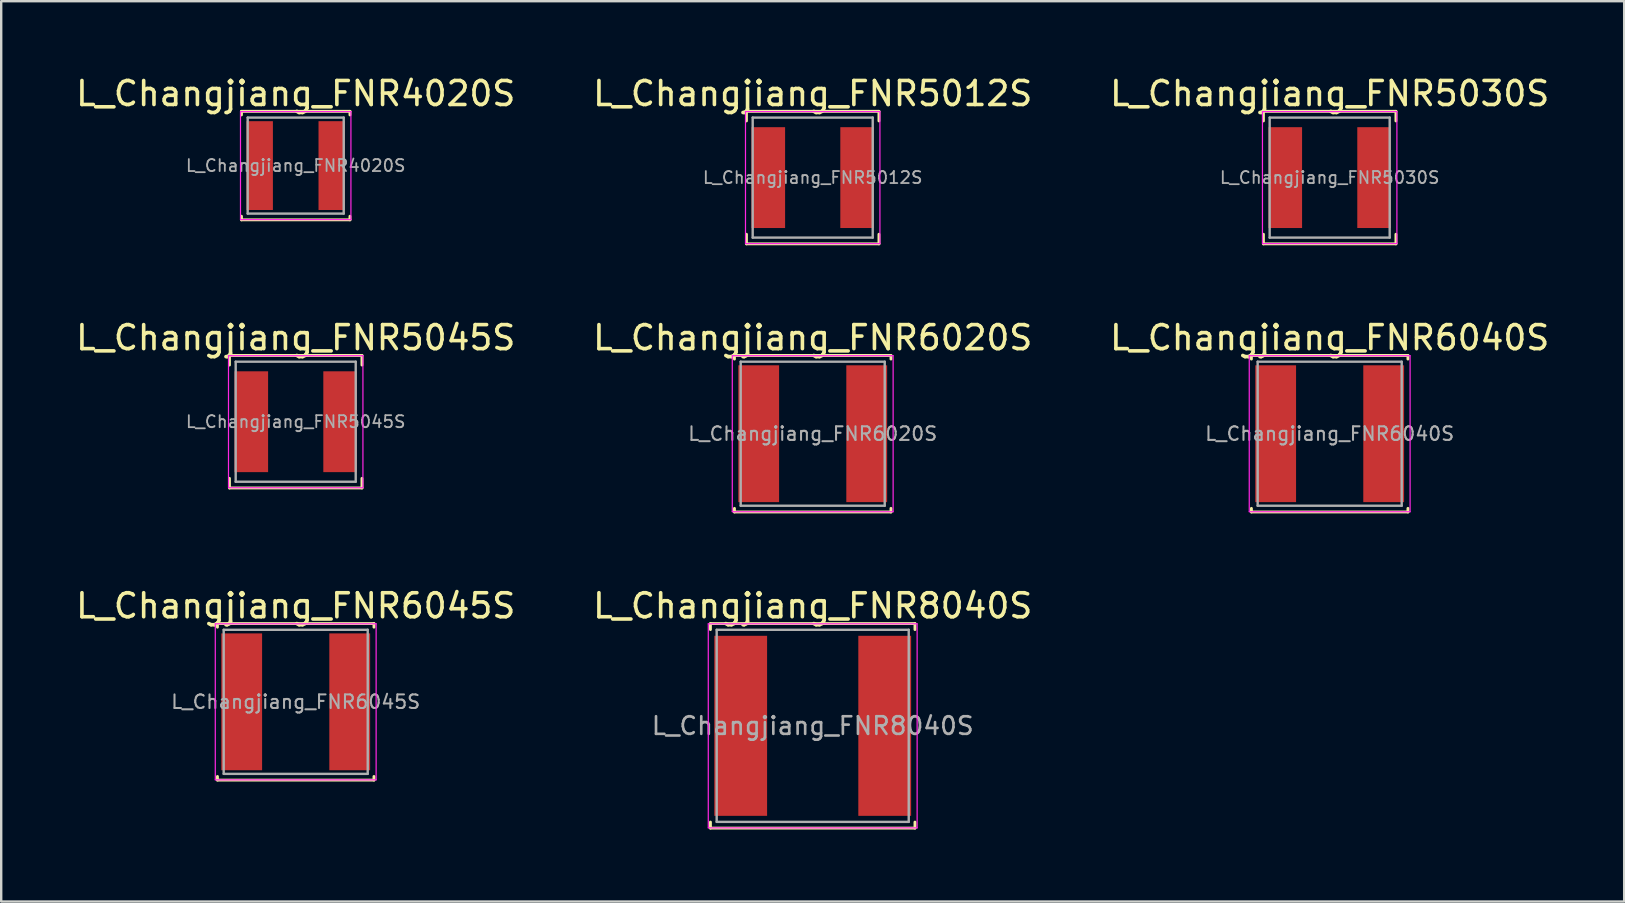
<source format=kicad_pcb>
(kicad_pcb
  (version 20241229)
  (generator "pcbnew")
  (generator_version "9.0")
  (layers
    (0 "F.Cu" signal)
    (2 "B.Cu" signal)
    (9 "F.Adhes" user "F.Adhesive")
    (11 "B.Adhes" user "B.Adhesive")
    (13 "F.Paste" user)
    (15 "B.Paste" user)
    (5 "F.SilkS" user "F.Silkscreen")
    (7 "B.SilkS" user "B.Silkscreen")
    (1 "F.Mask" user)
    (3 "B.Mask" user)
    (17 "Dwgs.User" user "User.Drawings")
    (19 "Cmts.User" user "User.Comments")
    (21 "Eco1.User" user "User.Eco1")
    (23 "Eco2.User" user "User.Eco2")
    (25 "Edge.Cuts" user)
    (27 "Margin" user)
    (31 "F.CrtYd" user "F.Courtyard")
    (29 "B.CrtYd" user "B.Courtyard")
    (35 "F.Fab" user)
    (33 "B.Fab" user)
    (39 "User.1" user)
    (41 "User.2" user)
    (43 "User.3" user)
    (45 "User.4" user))
  (footprint "L_Changjiang_FNR4020S"
    (layer "F.Cu")
    (at 9.268 3.848)
    (property "Reference" "L_Changjiang_FNR4020S" (at 0 -3 0) (layer "F.SilkS") (effects (font (size 1 1) (thickness 0.15))))
    (attr smd)
    (fp_line (start -2.26 -2.26) (end -2.26 -2.11) (stroke (width 0.12) (type solid)) (layer "F.SilkS"))
    (fp_line (start -2.26 -2.26) (end 2.26 -2.26) (stroke (width 0.12) (type solid)) (layer "F.SilkS"))
    (fp_line (start -2.26 2.26) (end -2.26 2.11) (stroke (width 0.12) (type solid)) (layer "F.SilkS"))
    (fp_line (start -2.26 2.26) (end 2.26 2.26) (stroke (width 0.12) (type solid)) (layer "F.SilkS"))
    (fp_line (start 2.26 -2.26) (end 2.26 -2.11) (stroke (width 0.12) (type solid)) (layer "F.SilkS"))
    (fp_line (start 2.26 2.26) (end 2.26 2.11) (stroke (width 0.12) (type solid)) (layer "F.SilkS"))
    (fp_line (start -2.3 -2.25) (end -2.3 2.25) (stroke (width 0.05) (type solid)) (layer "F.CrtYd"))
    (fp_line (start -2.3 2.25) (end 2.3 2.25) (stroke (width 0.05) (type solid)) (layer "F.CrtYd"))
    (fp_line (start 2.3 -2.25) (end -2.3 -2.25) (stroke (width 0.05) (type solid)) (layer "F.CrtYd"))
    (fp_line (start 2.3 2.25) (end 2.3 -2.25) (stroke (width 0.05) (type solid)) (layer "F.CrtYd"))
    (fp_line (start -2 -2) (end -2 2) (stroke (width 0.1) (type solid)) (layer "F.Fab"))
    (fp_line (start -2 2) (end 2 2) (stroke (width 0.1) (type solid)) (layer "F.Fab"))
    (fp_line (start 2 -2) (end -2 -2) (stroke (width 0.1) (type solid)) (layer "F.Fab"))
    (fp_line (start 2 2) (end 2 -2) (stroke (width 0.1) (type solid)) (layer "F.Fab"))
    (fp_text user "${REFERENCE}" (at 0 0 0) (layer "F.Fab") (effects (font (size 0.5 0.5) (thickness 0.075))))
    (pad "1" smd rect (at -1.5 0) (size 1.1 3.7) (layers "F.Cu" "F.Mask" "F.Paste"))
    (pad "2" smd rect (at 1.5 0) (size 1.1 3.7) (layers "F.Cu" "F.Mask" "F.Paste")))
  (footprint "L_Changjiang_FNR5030S"
    (layer "F.Cu")
    (at 52.339 4.348)
    (property "Reference" "L_Changjiang_FNR5030S" (at 0 -3.5 0) (layer "F.SilkS") (effects (font (size 1 1) (thickness 0.15))))
    (attr smd)
    (fp_line (start -2.76 -2.76) (end -2.76 -2.36) (stroke (width 0.12) (type solid)) (layer "F.SilkS"))
    (fp_line (start -2.76 -2.76) (end 2.76 -2.76) (stroke (width 0.12) (type solid)) (layer "F.SilkS"))
    (fp_line (start -2.76 2.76) (end -2.76 2.36) (stroke (width 0.12) (type solid)) (layer "F.SilkS"))
    (fp_line (start -2.76 2.76) (end 2.76 2.76) (stroke (width 0.12) (type solid)) (layer "F.SilkS"))
    (fp_line (start 2.76 -2.76) (end 2.76 -2.36) (stroke (width 0.12) (type solid)) (layer "F.SilkS"))
    (fp_line (start 2.76 2.76) (end 2.76 2.36) (stroke (width 0.12) (type solid)) (layer "F.SilkS"))
    (fp_line (start -2.8 -2.75) (end -2.8 2.75) (stroke (width 0.05) (type solid)) (layer "F.CrtYd"))
    (fp_line (start -2.8 2.75) (end 2.8 2.75) (stroke (width 0.05) (type solid)) (layer "F.CrtYd"))
    (fp_line (start 2.8 -2.75) (end -2.8 -2.75) (stroke (width 0.05) (type solid)) (layer "F.CrtYd"))
    (fp_line (start 2.8 2.75) (end 2.8 -2.75) (stroke (width 0.05) (type solid)) (layer "F.CrtYd"))
    (fp_line (start -2.5 -2.5) (end -2.5 2.5) (stroke (width 0.1) (type solid)) (layer "F.Fab"))
    (fp_line (start -2.5 2.5) (end 2.5 2.5) (stroke (width 0.1) (type solid)) (layer "F.Fab"))
    (fp_line (start 2.5 -2.5) (end -2.5 -2.5) (stroke (width 0.1) (type solid)) (layer "F.Fab"))
    (fp_line (start 2.5 2.5) (end 2.5 -2.5) (stroke (width 0.1) (type solid)) (layer "F.Fab"))
    (fp_text user "${REFERENCE}" (at 0 0 0) (layer "F.Fab") (effects (font (size 0.5 0.5) (thickness 0.075))))
    (pad "1" smd rect (at -1.85 0) (size 1.4 4.2) (layers "F.Cu" "F.Mask" "F.Paste"))
    (pad "2" smd rect (at 1.85 0) (size 1.4 4.2) (layers "F.Cu" "F.Mask" "F.Paste")))
  (footprint "L_Changjiang_FNR6045S"
    (layer "F.Cu")
    (at 9.268 26.185)
    (property "Reference" "L_Changjiang_FNR6045S" (at 0 -4 0) (layer "F.SilkS") (effects (font (size 1 1) (thickness 0.15))))
    (attr smd)
    (fp_line (start -3.26 -3.26) (end -3.26 -3.11) (stroke (width 0.12) (type solid)) (layer "F.SilkS"))
    (fp_line (start -3.26 -3.26) (end 3.26 -3.26) (stroke (width 0.12) (type solid)) (layer "F.SilkS"))
    (fp_line (start -3.26 3.26) (end -3.26 3.11) (stroke (width 0.12) (type solid)) (layer "F.SilkS"))
    (fp_line (start -3.26 3.26) (end 3.26 3.26) (stroke (width 0.12) (type solid)) (layer "F.SilkS"))
    (fp_line (start 3.26 -3.26) (end 3.26 -3.11) (stroke (width 0.12) (type solid)) (layer "F.SilkS"))
    (fp_line (start 3.26 3.26) (end 3.26 3.11) (stroke (width 0.12) (type solid)) (layer "F.SilkS"))
    (fp_line (start -3.35 -3.25) (end -3.35 3.25) (stroke (width 0.05) (type solid)) (layer "F.CrtYd"))
    (fp_line (start -3.35 3.25) (end 3.35 3.25) (stroke (width 0.05) (type solid)) (layer "F.CrtYd"))
    (fp_line (start 3.35 -3.25) (end -3.35 -3.25) (stroke (width 0.05) (type solid)) (layer "F.CrtYd"))
    (fp_line (start 3.35 3.25) (end 3.35 -3.25) (stroke (width 0.05) (type solid)) (layer "F.CrtYd"))
    (fp_line (start -3 -3) (end -3 3) (stroke (width 0.1) (type solid)) (layer "F.Fab"))
    (fp_line (start -3 3) (end 3 3) (stroke (width 0.1) (type solid)) (layer "F.Fab"))
    (fp_line (start 3 -3) (end -3 -3) (stroke (width 0.1) (type solid)) (layer "F.Fab"))
    (fp_line (start 3 3) (end 3 -3) (stroke (width 0.1) (type solid)) (layer "F.Fab"))
    (fp_text user "${REFERENCE}" (at 0 0 0) (layer "F.Fab") (effects (font (size 0.567 0.567) (thickness 0.085))))
    (pad "1" smd rect (at -2.25 0) (size 1.7 5.7) (layers "F.Cu" "F.Mask" "F.Paste"))
    (pad "2" smd rect (at 2.25 0) (size 1.7 5.7) (layers "F.Cu" "F.Mask" "F.Paste")))
  (footprint "L_Changjiang_FNR5045S"
    (layer "F.Cu")
    (at 9.268 14.517)
    (property "Reference" "L_Changjiang_FNR5045S" (at 0 -3.5 0) (layer "F.SilkS") (effects (font (size 1 1) (thickness 0.15))))
    (attr smd)
    (fp_line (start -2.76 -2.76) (end -2.76 -2.36) (stroke (width 0.12) (type solid)) (layer "F.SilkS"))
    (fp_line (start -2.76 -2.76) (end 2.76 -2.76) (stroke (width 0.12) (type solid)) (layer "F.SilkS"))
    (fp_line (start -2.76 2.76) (end -2.76 2.36) (stroke (width 0.12) (type solid)) (layer "F.SilkS"))
    (fp_line (start -2.76 2.76) (end 2.76 2.76) (stroke (width 0.12) (type solid)) (layer "F.SilkS"))
    (fp_line (start 2.76 -2.76) (end 2.76 -2.36) (stroke (width 0.12) (type solid)) (layer "F.SilkS"))
    (fp_line (start 2.76 2.76) (end 2.76 2.36) (stroke (width 0.12) (type solid)) (layer "F.SilkS"))
    (fp_line (start -2.8 -2.75) (end -2.8 2.75) (stroke (width 0.05) (type solid)) (layer "F.CrtYd"))
    (fp_line (start -2.8 2.75) (end 2.8 2.75) (stroke (width 0.05) (type solid)) (layer "F.CrtYd"))
    (fp_line (start 2.8 -2.75) (end -2.8 -2.75) (stroke (width 0.05) (type solid)) (layer "F.CrtYd"))
    (fp_line (start 2.8 2.75) (end 2.8 -2.75) (stroke (width 0.05) (type solid)) (layer "F.CrtYd"))
    (fp_line (start -2.5 -2.5) (end -2.5 2.5) (stroke (width 0.1) (type solid)) (layer "F.Fab"))
    (fp_line (start -2.5 2.5) (end 2.5 2.5) (stroke (width 0.1) (type solid)) (layer "F.Fab"))
    (fp_line (start 2.5 -2.5) (end -2.5 -2.5) (stroke (width 0.1) (type solid)) (layer "F.Fab"))
    (fp_line (start 2.5 2.5) (end 2.5 -2.5) (stroke (width 0.1) (type solid)) (layer "F.Fab"))
    (fp_text user "${REFERENCE}" (at 0 0 0) (layer "F.Fab") (effects (font (size 0.5 0.5) (thickness 0.075))))
    (pad "1" smd rect (at -1.85 0) (size 1.4 4.2) (layers "F.Cu" "F.Mask" "F.Paste"))
    (pad "2" smd rect (at 1.85 0) (size 1.4 4.2) (layers "F.Cu" "F.Mask" "F.Paste")))
  (footprint "L_Changjiang_FNR6020S"
    (layer "F.Cu")
    (at 30.804 15.017)
    (property "Reference" "L_Changjiang_FNR6020S" (at 0 -4 0) (layer "F.SilkS") (effects (font (size 1 1) (thickness 0.15))))
    (attr smd)
    (fp_line (start -3.26 -3.26) (end -3.26 -3.11) (stroke (width 0.12) (type solid)) (layer "F.SilkS"))
    (fp_line (start -3.26 -3.26) (end 3.26 -3.26) (stroke (width 0.12) (type solid)) (layer "F.SilkS"))
    (fp_line (start -3.26 3.26) (end -3.26 3.11) (stroke (width 0.12) (type solid)) (layer "F.SilkS"))
    (fp_line (start -3.26 3.26) (end 3.26 3.26) (stroke (width 0.12) (type solid)) (layer "F.SilkS"))
    (fp_line (start 3.26 -3.26) (end 3.26 -3.11) (stroke (width 0.12) (type solid)) (layer "F.SilkS"))
    (fp_line (start 3.26 3.26) (end 3.26 3.11) (stroke (width 0.12) (type solid)) (layer "F.SilkS"))
    (fp_line (start -3.35 -3.25) (end -3.35 3.25) (stroke (width 0.05) (type solid)) (layer "F.CrtYd"))
    (fp_line (start -3.35 3.25) (end 3.35 3.25) (stroke (width 0.05) (type solid)) (layer "F.CrtYd"))
    (fp_line (start 3.35 -3.25) (end -3.35 -3.25) (stroke (width 0.05) (type solid)) (layer "F.CrtYd"))
    (fp_line (start 3.35 3.25) (end 3.35 -3.25) (stroke (width 0.05) (type solid)) (layer "F.CrtYd"))
    (fp_line (start -3 -3) (end -3 3) (stroke (width 0.1) (type solid)) (layer "F.Fab"))
    (fp_line (start -3 3) (end 3 3) (stroke (width 0.1) (type solid)) (layer "F.Fab"))
    (fp_line (start 3 -3) (end -3 -3) (stroke (width 0.1) (type solid)) (layer "F.Fab"))
    (fp_line (start 3 3) (end 3 -3) (stroke (width 0.1) (type solid)) (layer "F.Fab"))
    (fp_text user "${REFERENCE}" (at 0 0 0) (layer "F.Fab") (effects (font (size 0.567 0.567) (thickness 0.085))))
    (pad "1" smd rect (at -2.25 0) (size 1.7 5.7) (layers "F.Cu" "F.Mask" "F.Paste"))
    (pad "2" smd rect (at 2.25 0) (size 1.7 5.7) (layers "F.Cu" "F.Mask" "F.Paste")))
  (footprint "L_Changjiang_FNR8040S"
    (layer "F.Cu")
    (at 30.804 27.185)
    (property "Reference" "L_Changjiang_FNR8040S" (at 0 -5 0) (layer "F.SilkS") (effects (font (size 1 1) (thickness 0.15))))
    (attr smd)
    (fp_line (start -4.26 -4.26) (end -4.26 -4.01) (stroke (width 0.12) (type solid)) (layer "F.SilkS"))
    (fp_line (start -4.26 -4.26) (end 4.26 -4.26) (stroke (width 0.12) (type solid)) (layer "F.SilkS"))
    (fp_line (start -4.26 4.26) (end -4.26 4.01) (stroke (width 0.12) (type solid)) (layer "F.SilkS"))
    (fp_line (start -4.26 4.26) (end 4.26 4.26) (stroke (width 0.12) (type solid)) (layer "F.SilkS"))
    (fp_line (start 4.26 -4.26) (end 4.26 -4.01) (stroke (width 0.12) (type solid)) (layer "F.SilkS"))
    (fp_line (start 4.26 4.26) (end 4.26 4.01) (stroke (width 0.12) (type solid)) (layer "F.SilkS"))
    (fp_line (start -4.35 -4.25) (end -4.35 4.25) (stroke (width 0.05) (type solid)) (layer "F.CrtYd"))
    (fp_line (start -4.35 4.25) (end 4.35 4.25) (stroke (width 0.05) (type solid)) (layer "F.CrtYd"))
    (fp_line (start 4.35 -4.25) (end -4.35 -4.25) (stroke (width 0.05) (type solid)) (layer "F.CrtYd"))
    (fp_line (start 4.35 4.25) (end 4.35 -4.25) (stroke (width 0.05) (type solid)) (layer "F.CrtYd"))
    (fp_line (start -4 -4) (end -4 4) (stroke (width 0.1) (type solid)) (layer "F.Fab"))
    (fp_line (start -4 4) (end 4 4) (stroke (width 0.1) (type solid)) (layer "F.Fab"))
    (fp_line (start 4 -4) (end -4 -4) (stroke (width 0.1) (type solid)) (layer "F.Fab"))
    (fp_line (start 4 4) (end 4 -4) (stroke (width 0.1) (type solid)) (layer "F.Fab"))
    (fp_text user "${REFERENCE}" (at 0 0 0) (layer "F.Fab") (effects (font (size 0.733 0.733) (thickness 0.11))))
    (pad "1" smd rect (at -3 0) (size 2.2 7.5) (layers "F.Cu" "F.Mask" "F.Paste"))
    (pad "2" smd rect (at 3 0) (size 2.2 7.5) (layers "F.Cu" "F.Mask" "F.Paste")))
  (footprint "L_Changjiang_FNR5012S"
    (layer "F.Cu")
    (at 30.804 4.348)
    (property "Reference" "L_Changjiang_FNR5012S" (at 0 -3.5 0) (layer "F.SilkS") (effects (font (size 1 1) (thickness 0.15))))
    (attr smd)
    (fp_line (start -2.76 -2.76) (end -2.76 -2.36) (stroke (width 0.12) (type solid)) (layer "F.SilkS"))
    (fp_line (start -2.76 -2.76) (end 2.76 -2.76) (stroke (width 0.12) (type solid)) (layer "F.SilkS"))
    (fp_line (start -2.76 2.76) (end -2.76 2.36) (stroke (width 0.12) (type solid)) (layer "F.SilkS"))
    (fp_line (start -2.76 2.76) (end 2.76 2.76) (stroke (width 0.12) (type solid)) (layer "F.SilkS"))
    (fp_line (start 2.76 -2.76) (end 2.76 -2.36) (stroke (width 0.12) (type solid)) (layer "F.SilkS"))
    (fp_line (start 2.76 2.76) (end 2.76 2.36) (stroke (width 0.12) (type solid)) (layer "F.SilkS"))
    (fp_line (start -2.8 -2.75) (end -2.8 2.75) (stroke (width 0.05) (type solid)) (layer "F.CrtYd"))
    (fp_line (start -2.8 2.75) (end 2.8 2.75) (stroke (width 0.05) (type solid)) (layer "F.CrtYd"))
    (fp_line (start 2.8 -2.75) (end -2.8 -2.75) (stroke (width 0.05) (type solid)) (layer "F.CrtYd"))
    (fp_line (start 2.8 2.75) (end 2.8 -2.75) (stroke (width 0.05) (type solid)) (layer "F.CrtYd"))
    (fp_line (start -2.5 -2.5) (end -2.5 2.5) (stroke (width 0.1) (type solid)) (layer "F.Fab"))
    (fp_line (start -2.5 2.5) (end 2.5 2.5) (stroke (width 0.1) (type solid)) (layer "F.Fab"))
    (fp_line (start 2.5 -2.5) (end -2.5 -2.5) (stroke (width 0.1) (type solid)) (layer "F.Fab"))
    (fp_line (start 2.5 2.5) (end 2.5 -2.5) (stroke (width 0.1) (type solid)) (layer "F.Fab"))
    (fp_text user "${REFERENCE}" (at 0 0 0) (layer "F.Fab") (effects (font (size 0.5 0.5) (thickness 0.075))))
    (pad "1" smd rect (at -1.85 0) (size 1.4 4.2) (layers "F.Cu" "F.Mask" "F.Paste"))
    (pad "2" smd rect (at 1.85 0) (size 1.4 4.2) (layers "F.Cu" "F.Mask" "F.Paste")))
  (footprint "L_Changjiang_FNR6040S"
    (layer "F.Cu")
    (at 52.339 15.017)
    (property "Reference" "L_Changjiang_FNR6040S" (at 0 -4 0) (layer "F.SilkS") (effects (font (size 1 1) (thickness 0.15))))
    (attr smd)
    (fp_line (start -3.26 -3.26) (end -3.26 -3.11) (stroke (width 0.12) (type solid)) (layer "F.SilkS"))
    (fp_line (start -3.26 -3.26) (end 3.26 -3.26) (stroke (width 0.12) (type solid)) (layer "F.SilkS"))
    (fp_line (start -3.26 3.26) (end -3.26 3.11) (stroke (width 0.12) (type solid)) (layer "F.SilkS"))
    (fp_line (start -3.26 3.26) (end 3.26 3.26) (stroke (width 0.12) (type solid)) (layer "F.SilkS"))
    (fp_line (start 3.26 -3.26) (end 3.26 -3.11) (stroke (width 0.12) (type solid)) (layer "F.SilkS"))
    (fp_line (start 3.26 3.26) (end 3.26 3.11) (stroke (width 0.12) (type solid)) (layer "F.SilkS"))
    (fp_line (start -3.35 -3.25) (end -3.35 3.25) (stroke (width 0.05) (type solid)) (layer "F.CrtYd"))
    (fp_line (start -3.35 3.25) (end 3.35 3.25) (stroke (width 0.05) (type solid)) (layer "F.CrtYd"))
    (fp_line (start 3.35 -3.25) (end -3.35 -3.25) (stroke (width 0.05) (type solid)) (layer "F.CrtYd"))
    (fp_line (start 3.35 3.25) (end 3.35 -3.25) (stroke (width 0.05) (type solid)) (layer "F.CrtYd"))
    (fp_line (start -3 -3) (end -3 3) (stroke (width 0.1) (type solid)) (layer "F.Fab"))
    (fp_line (start -3 3) (end 3 3) (stroke (width 0.1) (type solid)) (layer "F.Fab"))
    (fp_line (start 3 -3) (end -3 -3) (stroke (width 0.1) (type solid)) (layer "F.Fab"))
    (fp_line (start 3 3) (end 3 -3) (stroke (width 0.1) (type solid)) (layer "F.Fab"))
    (fp_text user "${REFERENCE}" (at 0 0 0) (layer "F.Fab") (effects (font (size 0.567 0.567) (thickness 0.085))))
    (pad "1" smd rect (at -2.25 0) (size 1.7 5.7) (layers "F.Cu" "F.Mask" "F.Paste"))
    (pad "2" smd rect (at 2.25 0) (size 1.7 5.7) (layers "F.Cu" "F.Mask" "F.Paste")))
  (gr_rect
    (start -3 -3)
    (end 64.607 34.505)
    (stroke (width 0.1) (type default))
    (fill no)
    (layer "Edge.Cuts")))
</source>
